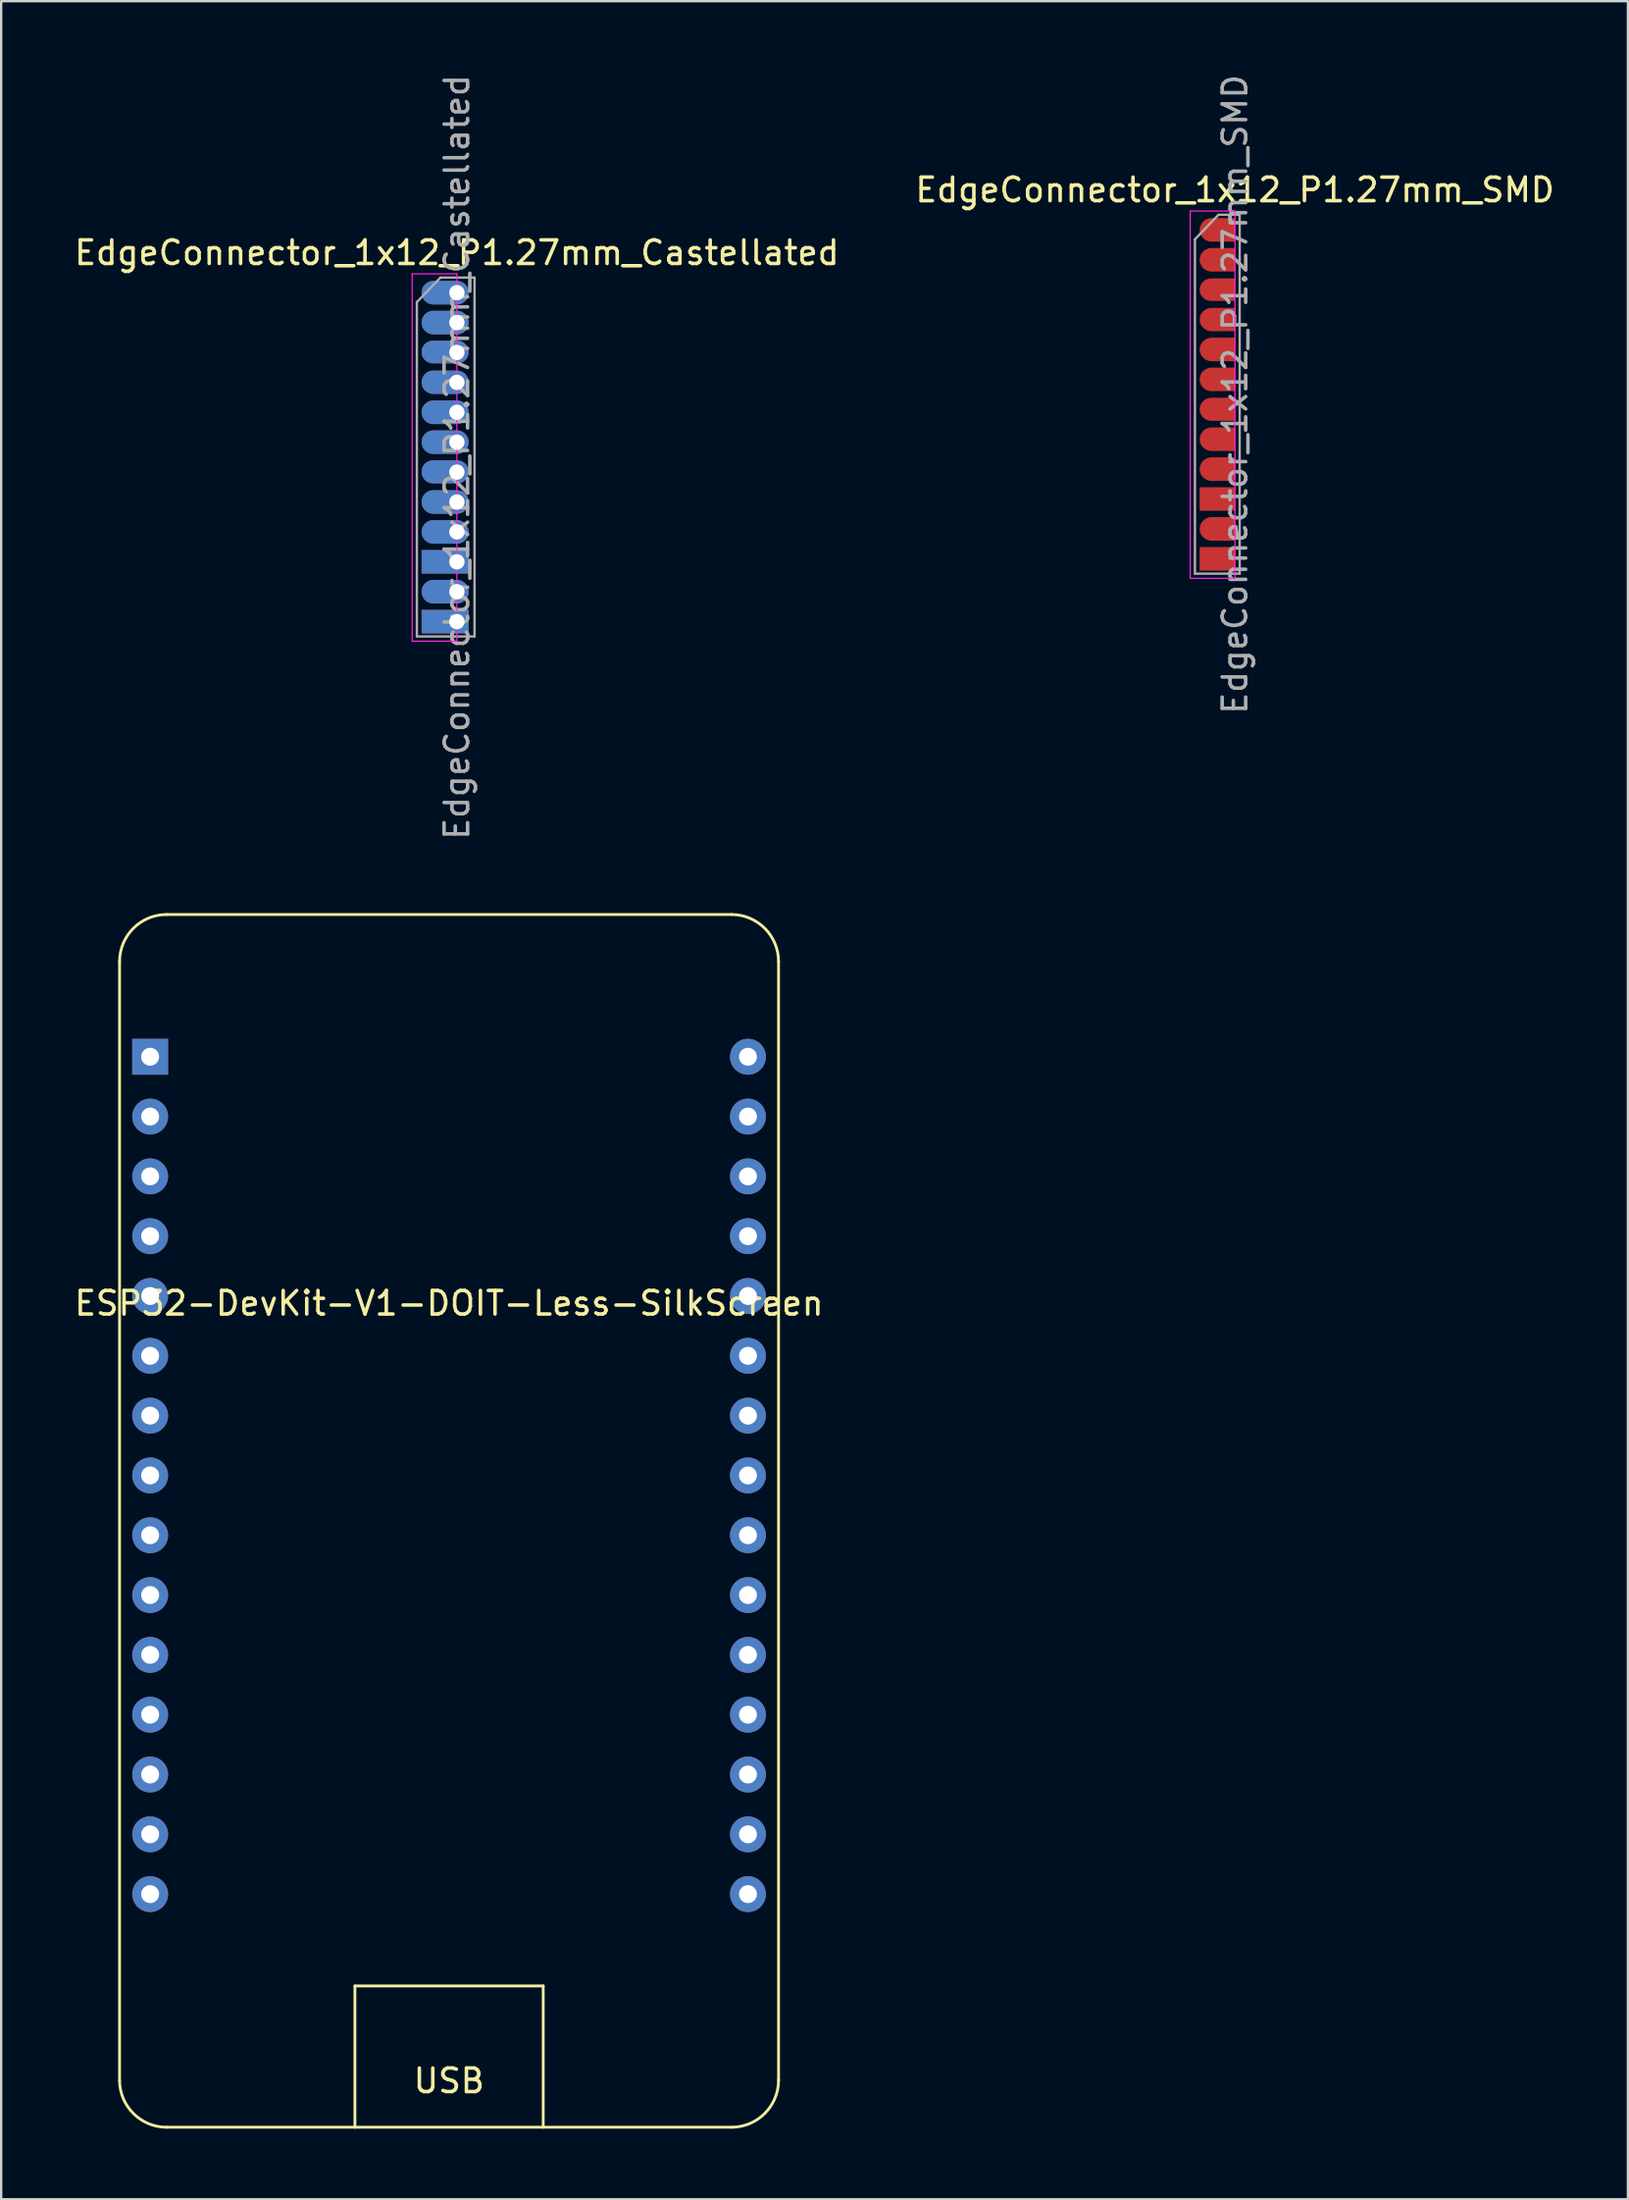
<source format=kicad_pcb>
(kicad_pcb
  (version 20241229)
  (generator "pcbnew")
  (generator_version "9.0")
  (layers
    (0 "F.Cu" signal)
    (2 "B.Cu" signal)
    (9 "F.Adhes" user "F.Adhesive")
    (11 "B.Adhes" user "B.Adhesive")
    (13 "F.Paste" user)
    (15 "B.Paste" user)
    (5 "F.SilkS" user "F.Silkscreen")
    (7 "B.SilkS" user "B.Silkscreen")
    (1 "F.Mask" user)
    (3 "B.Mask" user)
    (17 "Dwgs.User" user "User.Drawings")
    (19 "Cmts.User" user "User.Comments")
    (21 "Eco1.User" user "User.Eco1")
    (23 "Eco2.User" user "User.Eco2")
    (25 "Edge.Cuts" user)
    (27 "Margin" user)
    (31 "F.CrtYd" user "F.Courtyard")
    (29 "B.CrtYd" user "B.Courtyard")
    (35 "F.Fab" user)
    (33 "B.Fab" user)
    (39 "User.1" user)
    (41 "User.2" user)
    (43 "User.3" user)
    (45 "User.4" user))
  (footprint "EdgeConnector_1x12_P1.27mm_Castellated"
    (layer "F.Cu")
    (at 16.363 9.378)
    (property "Reference" "EdgeConnector_1x12_P1.27mm_Castellated" (at 0 -1.695 0) (layer "F.SilkS") (effects (font (size 1 1) (thickness 0.15))))
    (attr through_hole)
    (fp_line (start -1.9 -0.8) (end -1.9 14.8) (stroke (width 0.05) (type solid)) (layer "F.CrtYd"))
    (fp_line (start -1.9 14.8) (end 0 14.8) (stroke (width 0.05) (type solid)) (layer "F.CrtYd"))
    (fp_line (start 0 -0.8) (end -1.9 -0.8) (stroke (width 0.05) (type solid)) (layer "F.CrtYd"))
    (fp_line (start 0 14.8) (end 0 -0.8) (stroke (width 0.05) (type solid)) (layer "F.CrtYd"))
    (fp_line (start -1.7 0.4) (end -0.7 -0.64) (stroke (width 0.1) (type solid)) (layer "F.Fab"))
    (fp_line (start -1.7 14.6) (end -1.7 0.4) (stroke (width 0.1) (type solid)) (layer "F.Fab"))
    (fp_line (start -0.7 -0.64) (end 0.75 -0.64) (stroke (width 0.1) (type solid)) (layer "F.Fab"))
    (fp_line (start 0.75 -0.64) (end 0.75 14.6) (stroke (width 0.1) (type solid)) (layer "F.Fab"))
    (fp_line (start 0.75 14.6) (end -1.7 14.6) (stroke (width 0.1) (type solid)) (layer "F.Fab"))
    (fp_text user "${REFERENCE}" (at 0 6.985 90) (layer "F.Fab") (effects (font (size 1 1) (thickness 0.15))))
    (pad "1" thru_hole oval (at 0 0) (size 2 1) (drill 0.65 (offset -0.5 0)) (property pad_prop_castellated) (layers "*.Cu" "*.Mask"))
    (pad "2" thru_hole oval (at 0 1.27) (size 2 1) (drill 0.65 (offset -0.5 0)) (property pad_prop_castellated) (layers "*.Cu" "*.Mask"))
    (pad "3" thru_hole oval (at 0 2.54) (size 2 0.96) (drill 0.65 (offset -0.5 -0.02)) (property pad_prop_castellated) (layers "*.Cu" "*.Mask"))
    (pad "4" thru_hole oval (at 0 3.81) (size 2 0.99) (drill 0.65 (offset -0.5 -0.005)) (property pad_prop_castellated) (layers "*.Cu" "*.Mask"))
    (pad "5" thru_hole oval (at 0 5.08) (size 2 1) (drill 0.65 (offset -0.5 0)) (property pad_prop_castellated) (layers "*.Cu" "*.Mask"))
    (pad "6" thru_hole oval (at 0 6.35) (size 2 1) (drill 0.65 (offset -0.5 0)) (property pad_prop_castellated) (layers "*.Cu" "*.Mask"))
    (pad "7" thru_hole oval (at 0 7.62) (size 2 0.98) (drill 0.65 (offset -0.5 -0.01)) (property pad_prop_castellated) (layers "*.Cu" "*.Mask"))
    (pad "8" thru_hole oval (at 0 8.89) (size 2 1) (drill 0.65 (offset -0.5 0)) (property pad_prop_castellated) (layers "*.Cu" "*.Mask"))
    (pad "9" thru_hole oval (at 0 10.16) (size 2 1) (drill 0.65 (offset -0.5 0)) (property pad_prop_castellated) (layers "*.Cu" "*.Mask"))
    (pad "10" thru_hole rect (at 0 11.43) (size 2 1) (drill 0.65 (offset -0.5 0)) (property pad_prop_castellated) (layers "*.Cu" "*.Mask"))
    (pad "11" thru_hole oval (at 0 12.7) (size 2 1) (drill 0.65 (offset -0.5 0)) (property pad_prop_castellated) (layers "*.Cu" "*.Mask"))
    (pad "12" thru_hole rect (at 0 13.97) (size 2 1) (drill 0.65 (offset -0.5 0)) (property pad_prop_castellated) (layers "*.Cu" "*.Mask")))
  (footprint "EdgeConnector_1x12_P1.27mm_SMD"
    (layer "F.Cu")
    (at 49.423 6.711)
    (property "Reference" "EdgeConnector_1x12_P1.27mm_SMD" (at 0 -1.695 0) (layer "F.SilkS") (effects (font (size 1 1) (thickness 0.15))))
    (attr smd)
    (fp_line (start -1.9 -0.8) (end -1.9 14.8) (stroke (width 0.05) (type solid)) (layer "F.CrtYd"))
    (fp_line (start -1.9 14.8) (end 0 14.8) (stroke (width 0.05) (type solid)) (layer "F.CrtYd"))
    (fp_line (start 0 -0.8) (end -1.9 -0.8) (stroke (width 0.05) (type solid)) (layer "F.CrtYd"))
    (fp_line (start 0 14.8) (end 0 -0.8) (stroke (width 0.05) (type solid)) (layer "F.CrtYd"))
    (fp_line (start -1.7 0.4) (end -0.7 -0.64) (stroke (width 0.1) (type solid)) (layer "F.Fab"))
    (fp_line (start -1.7 14.6) (end -1.7 0.4) (stroke (width 0.1) (type solid)) (layer "F.Fab"))
    (fp_line (start -0.7 -0.64) (end 0.2 -0.64) (stroke (width 0.1) (type solid)) (layer "F.Fab"))
    (fp_line (start 0.2 -0.64) (end 0.2 14.6) (stroke (width 0.1) (type solid)) (layer "F.Fab"))
    (fp_line (start 0.2 14.6) (end -1.7 14.6) (stroke (width 0.1) (type solid)) (layer "F.Fab"))
    (fp_text user "${REFERENCE}" (at 0 6.985 90) (layer "F.Fab") (effects (font (size 1 1) (thickness 0.15))))
    (pad "1" smd roundrect (at -0.75 0) (size 1.5 1) (layers "F.Cu" "F.Mask" "F.Paste") (roundrect_rratio 0.5) (chamfer_ratio 0) (chamfer top_right bottom_right))
    (pad "2" smd roundrect (at -0.75 1.27) (size 1.5 1) (layers "F.Cu" "F.Mask" "F.Paste") (roundrect_rratio 0.5) (chamfer_ratio 0) (chamfer top_right bottom_right))
    (pad "3" smd roundrect (at -0.75 2.54) (size 1.5 0.96) (layers "F.Cu" "F.Mask" "F.Paste") (roundrect_rratio 0.5) (chamfer_ratio 0) (chamfer top_right bottom_right))
    (pad "4" smd roundrect (at -0.75 3.81) (size 1.5 0.99) (layers "F.Cu" "F.Mask" "F.Paste") (roundrect_rratio 0.5) (chamfer_ratio 0) (chamfer top_right bottom_right))
    (pad "5" smd roundrect (at -0.75 5.08) (size 1.5 1) (layers "F.Cu" "F.Mask" "F.Paste") (roundrect_rratio 0.5) (chamfer_ratio 0) (chamfer top_right bottom_right))
    (pad "6" smd roundrect (at -0.75 6.35) (size 1.5 1) (layers "F.Cu" "F.Mask" "F.Paste") (roundrect_rratio 0.5) (chamfer_ratio 0) (chamfer top_right bottom_right))
    (pad "7" smd roundrect (at -0.75 7.62) (size 1.5 0.98) (layers "F.Cu" "F.Mask" "F.Paste") (roundrect_rratio 0.5) (chamfer_ratio 0) (chamfer top_right bottom_right))
    (pad "8" smd roundrect (at -0.75 8.89) (size 1.5 1) (layers "F.Cu" "F.Mask" "F.Paste") (roundrect_rratio 0.5) (chamfer_ratio 0) (chamfer top_right bottom_right))
    (pad "9" smd roundrect (at -0.75 10.16) (size 1.5 1) (layers "F.Cu" "F.Mask" "F.Paste") (roundrect_rratio 0.5) (chamfer_ratio 0) (chamfer top_right bottom_right))
    (pad "10" smd rect (at -0.75 11.43) (size 1.5 1) (layers "F.Cu" "F.Mask" "F.Paste"))
    (pad "11" smd roundrect (at -0.75 12.7) (size 1.5 1) (layers "F.Cu" "F.Mask" "F.Paste") (roundrect_rratio 0.5) (chamfer_ratio 0) (chamfer top_right bottom_right))
    (pad "12" smd rect (at -0.75 13.97) (size 1.5 1) (layers "F.Cu" "F.Mask" "F.Paste")))
  (footprint "ESP32-DevKit-V1-DOIT-Less-SilkScreen"
    (layer "F.Cu")
    (at 16.03 41.826)
    (property "Reference" "ESP32-DevKit-V1-DOIT-Less-SilkScreen" (at 0 10.47 0) (layer "F.SilkS") (effects (font (size 1 1) (thickness 0.15))))
    (attr smd)
    (fp_line (start -14 -4.04) (end -14 43.46) (stroke (width 0.12) (type solid)) (layer "F.SilkS"))
    (fp_line (start -12 -6.04) (end 12 -6.04) (stroke (width 0.12) (type solid)) (layer "F.SilkS"))
    (fp_line (start -12 45.46) (end 12 45.46) (stroke (width 0.12) (type solid)) (layer "F.SilkS"))
    (fp_line (start -4 39.46) (end -4 45.46) (stroke (width 0.12) (type solid)) (layer "F.SilkS"))
    (fp_line (start -4 39.46) (end 4 39.46) (stroke (width 0.12) (type solid)) (layer "F.SilkS"))
    (fp_line (start 4 39.46) (end 4 45.46) (stroke (width 0.12) (type solid)) (layer "F.SilkS"))
    (fp_line (start 14 43.46) (end 14 -4.04) (stroke (width 0.12) (type solid)) (layer "F.SilkS"))
    (fp_arc (start -14 -4.04) (mid -13.414214 -5.454214) (end -12 -6.04) (stroke (width 0.12) (type solid)) (layer "F.SilkS"))
    (fp_arc (start -12 45.46) (mid -13.414214 44.874214) (end -14 43.46) (stroke (width 0.12) (type solid)) (layer "F.SilkS"))
    (fp_arc (start 12 -6.04) (mid 13.414214 -5.454214) (end 14 -4.04) (stroke (width 0.12) (type solid)) (layer "F.SilkS"))
    (fp_arc (start 14 43.46) (mid 13.414214 44.874214) (end 12 45.46) (stroke (width 0.12) (type solid)) (layer "F.SilkS"))
    (fp_text user "USB" (at 0 43.49 0) (layer "F.SilkS") (effects (font (size 1 1) (thickness 0.15))))
    (pad "1" thru_hole rect (at -12.7 0) (size 1.524 1.524) (drill 0.762) (layers "*.Cu" "*.Mask"))
    (pad "2" thru_hole circle (at -12.7 2.54) (size 1.524 1.524) (drill 0.762) (layers "*.Cu" "*.Mask"))
    (pad "3" thru_hole circle (at -12.7 5.08) (size 1.524 1.524) (drill 0.762) (layers "*.Cu" "*.Mask"))
    (pad "4" thru_hole circle (at -12.7 7.62) (size 1.524 1.524) (drill 0.762) (layers "*.Cu" "*.Mask"))
    (pad "5" thru_hole circle (at -12.7 10.16) (size 1.524 1.524) (drill 0.762) (layers "*.Cu" "*.Mask"))
    (pad "6" thru_hole circle (at -12.7 12.7) (size 1.524 1.524) (drill 0.762) (layers "*.Cu" "*.Mask"))
    (pad "7" thru_hole circle (at -12.7 15.24) (size 1.524 1.524) (drill 0.762) (layers "*.Cu" "*.Mask"))
    (pad "8" thru_hole circle (at -12.7 17.78) (size 1.524 1.524) (drill 0.762) (layers "*.Cu" "*.Mask"))
    (pad "9" thru_hole circle (at -12.7 20.32) (size 1.524 1.524) (drill 0.762) (layers "*.Cu" "*.Mask"))
    (pad "10" thru_hole circle (at -12.7 22.86) (size 1.524 1.524) (drill 0.762) (layers "*.Cu" "*.Mask"))
    (pad "11" thru_hole circle (at -12.7 25.4) (size 1.524 1.524) (drill 0.762) (layers "*.Cu" "*.Mask"))
    (pad "12" thru_hole circle (at -12.7 27.94) (size 1.524 1.524) (drill 0.762) (layers "*.Cu" "*.Mask"))
    (pad "13" thru_hole circle (at -12.7 30.48) (size 1.524 1.524) (drill 0.762) (layers "*.Cu" "*.Mask"))
    (pad "14" thru_hole circle (at -12.7 33.02) (size 1.524 1.524) (drill 0.762) (layers "*.Cu" "*.Mask"))
    (pad "15" thru_hole circle (at -12.7 35.56) (size 1.524 1.524) (drill 0.762) (layers "*.Cu" "*.Mask"))
    (pad "16" thru_hole circle (at 12.7 35.56) (size 1.524 1.524) (drill 0.762) (layers "*.Cu" "*.Mask"))
    (pad "17" thru_hole circle (at 12.7 33.02) (size 1.524 1.524) (drill 0.762) (layers "*.Cu" "*.Mask"))
    (pad "18" thru_hole circle (at 12.7 30.48) (size 1.524 1.524) (drill 0.762) (layers "*.Cu" "*.Mask"))
    (pad "19" thru_hole circle (at 12.7 27.94) (size 1.524 1.524) (drill 0.762) (layers "*.Cu" "*.Mask"))
    (pad "20" thru_hole circle (at 12.7 25.4) (size 1.524 1.524) (drill 0.762) (layers "*.Cu" "*.Mask"))
    (pad "21" thru_hole circle (at 12.7 22.86) (size 1.524 1.524) (drill 0.762) (layers "*.Cu" "*.Mask"))
    (pad "22" thru_hole circle (at 12.7 20.32) (size 1.524 1.524) (drill 0.762) (layers "*.Cu" "*.Mask"))
    (pad "23" thru_hole circle (at 12.7 17.78) (size 1.524 1.524) (drill 0.762) (layers "*.Cu" "*.Mask"))
    (pad "24" thru_hole circle (at 12.7 15.24) (size 1.524 1.524) (drill 0.762) (layers "*.Cu" "*.Mask"))
    (pad "25" thru_hole circle (at 12.7 12.7) (size 1.524 1.524) (drill 0.762) (layers "*.Cu" "*.Mask"))
    (pad "26" thru_hole circle (at 12.7 10.16) (size 1.524 1.524) (drill 0.762) (layers "*.Cu" "*.Mask"))
    (pad "27" thru_hole circle (at 12.7 7.62) (size 1.524 1.524) (drill 0.762) (layers "*.Cu" "*.Mask"))
    (pad "28" thru_hole circle (at 12.7 5.08) (size 1.524 1.524) (drill 0.762) (layers "*.Cu" "*.Mask"))
    (pad "29" thru_hole circle (at 12.7 2.54) (size 1.524 1.524) (drill 0.762) (layers "*.Cu" "*.Mask"))
    (pad "30" thru_hole circle (at 12.7 0) (size 1.524 1.524) (drill 0.762) (layers "*.Cu" "*.Mask")))
  (gr_rect
    (start -3 -3)
    (end 66.119 90.346)
    (stroke (width 0.1) (type default))
    (fill no)
    (layer "Edge.Cuts")))
</source>
